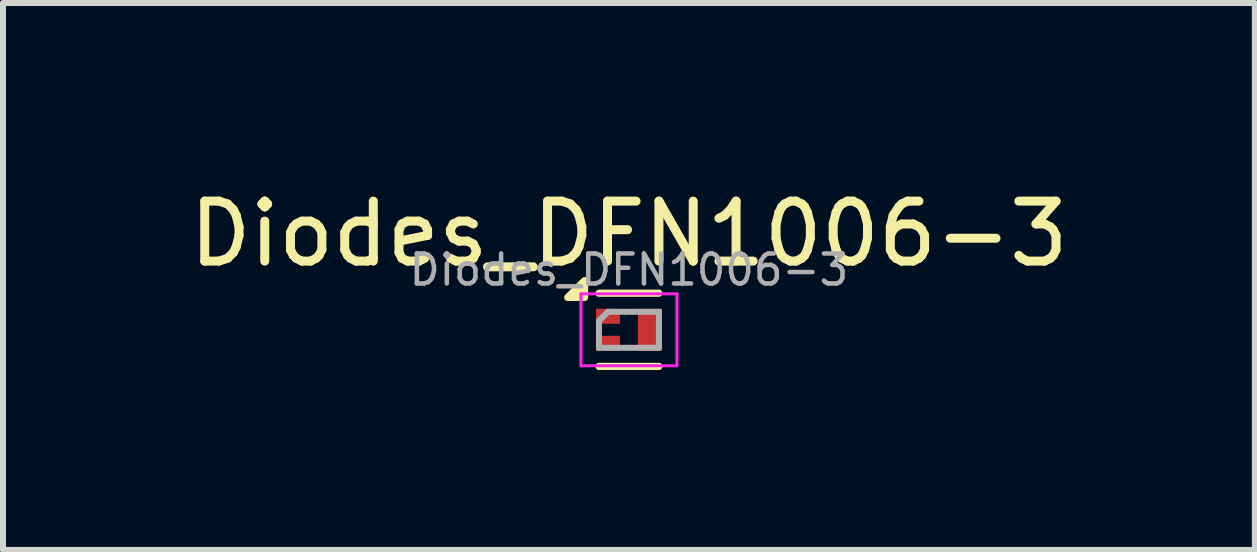
<source format=kicad_pcb>
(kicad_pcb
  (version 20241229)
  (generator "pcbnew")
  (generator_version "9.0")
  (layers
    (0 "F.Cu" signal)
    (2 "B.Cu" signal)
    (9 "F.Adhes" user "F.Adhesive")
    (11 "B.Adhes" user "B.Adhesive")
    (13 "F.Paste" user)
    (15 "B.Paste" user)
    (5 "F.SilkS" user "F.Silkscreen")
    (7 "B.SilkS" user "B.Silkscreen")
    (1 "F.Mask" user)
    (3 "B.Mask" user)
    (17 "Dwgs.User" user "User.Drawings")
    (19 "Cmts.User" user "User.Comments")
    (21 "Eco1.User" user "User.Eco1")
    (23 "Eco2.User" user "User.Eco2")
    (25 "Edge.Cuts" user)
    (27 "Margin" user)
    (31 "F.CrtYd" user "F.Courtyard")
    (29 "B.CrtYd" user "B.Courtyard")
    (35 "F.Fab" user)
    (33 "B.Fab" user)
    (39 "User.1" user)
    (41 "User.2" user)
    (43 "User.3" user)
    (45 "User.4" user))
  (footprint "Diodes_DFN1006-3"
    (layer "F.Cu")
    (at 7.435 2.448)
    (property "Reference" "Diodes_DFN1006-3" (at 0 -1.6 0) (unlocked yes) (layer "F.SilkS") (effects (font (size 1 1) (thickness 0.15))))
    (attr smd)
    (fp_line (start -0.5 -0.61) (end 0.5 -0.61) (stroke (width 0.12) (type default)) (layer "F.SilkS"))
    (fp_line (start -0.5 0.61) (end 0.5 0.61) (stroke (width 0.12) (type default)) (layer "F.SilkS"))
    (fp_poly (pts (xy -0.74 -0.54) (xy -1.02 -0.54) (xy -0.74 -0.82) (xy -0.74 -0.54)) (stroke (width 0.12) (type solid)) (fill yes) (layer "F.SilkS"))
    (fp_line (start -0.8 -0.6) (end 0.8 -0.6) (stroke (width 0.05) (type solid)) (layer "F.CrtYd"))
    (fp_line (start -0.8 0.6) (end -0.8 -0.6) (stroke (width 0.05) (type solid)) (layer "F.CrtYd"))
    (fp_line (start 0.8 -0.6) (end 0.8 0.6) (stroke (width 0.05) (type solid)) (layer "F.CrtYd"))
    (fp_line (start 0.8 0.6) (end -0.8 0.6) (stroke (width 0.05) (type solid)) (layer "F.CrtYd"))
    (fp_line (start -0.5 0.3) (end -0.5 -0.15) (stroke (width 0.1) (type solid)) (layer "F.Fab"))
    (fp_line (start -0.35 -0.3) (end -0.5 -0.15) (stroke (width 0.1) (type solid)) (layer "F.Fab"))
    (fp_line (start -0.35 -0.3) (end 0.5 -0.3) (stroke (width 0.1) (type solid)) (layer "F.Fab"))
    (fp_line (start 0.5 -0.3) (end 0.5 0.3) (stroke (width 0.1) (type solid)) (layer "F.Fab"))
    (fp_line (start 0.5 0.3) (end -0.5 0.3) (stroke (width 0.1) (type solid)) (layer "F.Fab"))
    (fp_text user "${REFERENCE}" (at 0 -1 0) (layer "F.Fab") (effects (font (size 0.5 0.5) (thickness 0.075))))
    (pad "1" smd rect (at -0.35 -0.225 270) (size 0.25 0.4) (layers "F.Cu" "F.Mask" "F.Paste"))
    (pad "2" smd rect (at -0.35 0.225 270) (size 0.25 0.4) (layers "F.Cu" "F.Mask" "F.Paste"))
    (pad "3" smd rect (at 0.35 0 270) (size 0.7 0.4) (layers "F.Cu" "F.Mask" "F.Paste")))
  (gr_rect
    (start -3 -3)
    (end 17.869 6.118)
    (stroke (width 0.1) (type default))
    (fill no)
    (layer "Edge.Cuts")))
</source>
